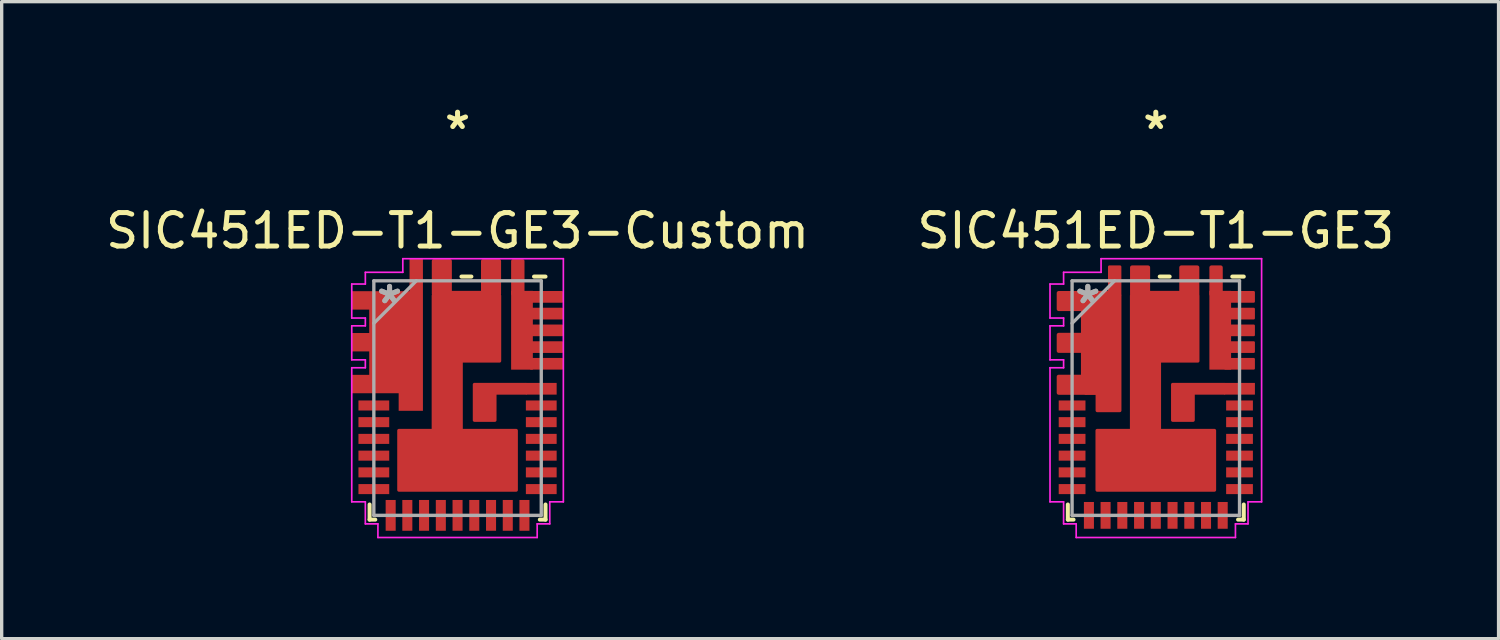
<source format=kicad_pcb>
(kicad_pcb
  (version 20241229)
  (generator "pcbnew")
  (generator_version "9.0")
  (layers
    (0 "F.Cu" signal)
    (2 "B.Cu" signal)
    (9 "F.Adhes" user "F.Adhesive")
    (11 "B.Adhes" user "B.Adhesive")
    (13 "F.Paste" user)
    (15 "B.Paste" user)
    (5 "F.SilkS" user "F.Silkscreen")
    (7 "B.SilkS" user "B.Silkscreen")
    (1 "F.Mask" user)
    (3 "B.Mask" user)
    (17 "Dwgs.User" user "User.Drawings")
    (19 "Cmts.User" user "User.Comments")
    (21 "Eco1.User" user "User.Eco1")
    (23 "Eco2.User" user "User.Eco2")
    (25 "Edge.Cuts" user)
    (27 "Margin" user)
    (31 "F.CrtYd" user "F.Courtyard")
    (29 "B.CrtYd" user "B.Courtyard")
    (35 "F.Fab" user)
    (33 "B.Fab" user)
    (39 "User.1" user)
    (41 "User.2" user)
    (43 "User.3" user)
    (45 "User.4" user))
  (footprint "SIC451ED-T1-GE3-Custom"
    (layer "F.Cu")
    (at 10.625 8.848)
    (property "Reference" "SIC451ED-T1-GE3-Custom" (at 0 -5 0) (layer "F.SilkS") (effects (font (size 1 1) (thickness 0.15))))
    (attr through_hole)
    (fp_rect (start 1.601 -3.205) (end 2.25 -0.85) (stroke (width 0) (type solid)) (fill yes) (layer "F.Cu"))
    (fp_poly (pts (xy 0.505 -0.406) (xy 0.505 0.66) (xy 1.115 0.66) (xy 1.115 -0.152) (xy 2.038 -0.152) (xy 2.038 -0.406)) (stroke (width 0.1) (type solid)) (fill yes) (layer "F.Cu"))
    (fp_poly (pts (xy -0.724 -3.062) (xy -0.724 0.97) (xy -1.753 0.97) (xy -1.753 2.748) (xy 1.753 2.748) (xy 1.753 0.97) (xy 0.107 0.97) (xy 0.107 -1.11) (xy 1.255 -1.11) (xy 1.255 -3.062) (xy 0.707 -3.062) (xy 0.707 -3.155) (xy -0.176 -3.155) (xy -0.176 -3.062)) (stroke (width 0.1) (type solid)) (fill yes) (layer "F.Cu"))
    (fp_poly (pts (xy 0.505 -0.406) (xy 0.505 0.66) (xy 1.115 0.66) (xy 1.115 -0.152) (xy 2.908 -0.152) (xy 2.908 -0.406)) (stroke (width 0.1) (type solid)) (fill yes) (layer "F.Mask"))
    (fp_poly (pts (xy -0.724 -3.912) (xy -0.724 0.97) (xy -1.753 0.97) (xy -1.753 2.748) (xy 1.753 2.748) (xy 1.753 0.97) (xy 0.107 0.97) (xy 0.107 -1.11) (xy 1.255 -1.11) (xy 1.255 -3.912) (xy 0.747 -3.912) (xy 0.747 -3.155) (xy -0.216 -3.155) (xy -0.216 -3.912)) (stroke (width 0.1) (type solid)) (fill yes) (layer "F.Mask"))
    (fp_poly (pts (xy -2.908 -3.155) (xy -2.908 -2.647) (xy -2.187 -2.647) (xy -2.187 -1.905) (xy -2.908 -1.905) (xy -2.908 -1.397) (xy -2.187 -1.397) (xy -2.187 -0.653) (xy -2.908 -0.653) (xy -2.908 -0.145) (xy -1.75 -0.145) (xy -1.75 0.371) (xy -1.077 0.371) (xy -1.077 -3.912) (xy -1.382 -3.912) (xy -1.382 -3.155)) (stroke (width 0.1) (type solid)) (fill yes) (layer "F.Mask"))
    (fp_poly (pts (xy 1.648 -0.899) (xy 2.908 -0.899) (xy 2.908 -1.153) (xy 2.202 -1.153) (xy 2.202 -1.397) (xy 2.908 -1.397) (xy 2.908 -1.651) (xy 2.202 -1.651) (xy 2.202 -1.897) (xy 2.908 -1.897) (xy 2.908 -2.151) (xy 2.202 -2.151) (xy 2.202 -2.398) (xy 2.908 -2.398) (xy 2.908 -2.652) (xy 2.202 -2.652) (xy 2.202 -2.898) (xy 2.908 -2.898) (xy 2.908 -3.152) (xy 1.953 -3.152) (xy 1.953 -3.912) (xy 1.648 -3.912)) (stroke (width 0.1) (type solid)) (fill yes) (layer "F.Mask"))
    (fp_line (start -2.629 3.632) (end -2.629 3.18) (stroke (width 0.12) (type solid)) (layer "F.SilkS"))
    (fp_line (start -2.459 3.632) (end -2.629 3.632) (stroke (width 0.12) (type solid)) (layer "F.SilkS"))
    (fp_line (start 0.117 -3.632) (end 0.414 -3.632) (stroke (width 0.12) (type solid)) (layer "F.SilkS"))
    (fp_line (start 2.286 -3.632) (end 2.629 -3.632) (stroke (width 0.12) (type solid)) (layer "F.SilkS"))
    (fp_line (start 2.629 3.18) (end 2.629 3.632) (stroke (width 0.12) (type solid)) (layer "F.SilkS"))
    (fp_line (start 2.629 3.632) (end 2.459 3.632) (stroke (width 0.12) (type solid)) (layer "F.SilkS"))
    (fp_rect (start -3.1 -3.15) (end -2.2 -2.7) (stroke (width 0.1) (type solid)) (fill yes) (layer "F.Paste"))
    (fp_rect (start -3.1 -1.9) (end -2.2 -1.45) (stroke (width 0.1) (type solid)) (fill yes) (layer "F.Paste"))
    (fp_rect (start -3.1 -0.65) (end -2.2 -0.2) (stroke (width 0.1) (type solid)) (fill yes) (layer "F.Paste"))
    (fp_rect (start -1.7 -2.55) (end -1.1 0.35) (stroke (width 0.1) (type solid)) (fill yes) (layer "F.Paste"))
    (fp_rect (start -1.55 1.2) (end 1.55 2.65) (stroke (width 0.1) (type solid)) (fill yes) (layer "F.Paste"))
    (fp_rect (start -1.35 -4.1) (end -1.1 -3.1) (stroke (width 0.1) (type solid)) (fill yes) (layer "F.Paste"))
    (fp_rect (start -0.6 -2.55) (end 1.15 -1.25) (stroke (width 0.1) (type solid)) (fill yes) (layer "F.Paste"))
    (fp_rect (start 0.55 -0.35) (end 1.05 0.6) (stroke (width 0.1) (type solid)) (fill yes) (layer "F.Paste"))
    (fp_line (start -3.162 -3.409) (end -3.162 -2.393) (stroke (width 0.05) (type solid)) (layer "F.CrtYd"))
    (fp_line (start -3.162 -2.393) (end -2.756 -2.393) (stroke (width 0.05) (type solid)) (layer "F.CrtYd"))
    (fp_line (start -3.162 -2.159) (end -3.162 -1.143) (stroke (width 0.05) (type solid)) (layer "F.CrtYd"))
    (fp_line (start -3.162 -1.143) (end -2.756 -1.143) (stroke (width 0.05) (type solid)) (layer "F.CrtYd"))
    (fp_line (start -3.162 -0.907) (end -3.162 3.101) (stroke (width 0.05) (type solid)) (layer "F.CrtYd"))
    (fp_line (start -3.162 3.101) (end -2.756 3.101) (stroke (width 0.05) (type solid)) (layer "F.CrtYd"))
    (fp_line (start -2.756 -3.759) (end -2.756 -3.409) (stroke (width 0.05) (type solid)) (layer "F.CrtYd"))
    (fp_line (start -2.756 -3.409) (end -3.162 -3.409) (stroke (width 0.05) (type solid)) (layer "F.CrtYd"))
    (fp_line (start -2.756 -2.393) (end -2.756 -2.159) (stroke (width 0.05) (type solid)) (layer "F.CrtYd"))
    (fp_line (start -2.756 -2.159) (end -3.162 -2.159) (stroke (width 0.05) (type solid)) (layer "F.CrtYd"))
    (fp_line (start -2.756 -1.143) (end -2.756 -0.907) (stroke (width 0.05) (type solid)) (layer "F.CrtYd"))
    (fp_line (start -2.756 -0.907) (end -3.162 -0.907) (stroke (width 0.05) (type solid)) (layer "F.CrtYd"))
    (fp_line (start -2.756 3.101) (end -2.756 3.759) (stroke (width 0.05) (type solid)) (layer "F.CrtYd"))
    (fp_line (start -2.756 3.759) (end -2.38 3.759) (stroke (width 0.05) (type solid)) (layer "F.CrtYd"))
    (fp_line (start -2.38 3.759) (end -2.38 4.166) (stroke (width 0.05) (type solid)) (layer "F.CrtYd"))
    (fp_line (start -2.38 4.166) (end 2.38 4.166) (stroke (width 0.05) (type solid)) (layer "F.CrtYd"))
    (fp_line (start -1.636 -4.166) (end -1.636 -3.759) (stroke (width 0.05) (type solid)) (layer "F.CrtYd"))
    (fp_line (start -1.636 -3.759) (end -2.756 -3.759) (stroke (width 0.05) (type solid)) (layer "F.CrtYd"))
    (fp_line (start 2.38 3.759) (end 2.756 3.759) (stroke (width 0.05) (type solid)) (layer "F.CrtYd"))
    (fp_line (start 2.38 4.166) (end 2.38 3.759) (stroke (width 0.05) (type solid)) (layer "F.CrtYd"))
    (fp_line (start 2.756 3.101) (end 3.162 3.101) (stroke (width 0.05) (type solid)) (layer "F.CrtYd"))
    (fp_line (start 2.756 3.759) (end 2.756 3.101) (stroke (width 0.05) (type solid)) (layer "F.CrtYd"))
    (fp_line (start 3.162 -4.166) (end -1.636 -4.166) (stroke (width 0.05) (type solid)) (layer "F.CrtYd"))
    (fp_line (start 3.162 3.101) (end 3.162 -4.166) (stroke (width 0.05) (type solid)) (layer "F.CrtYd"))
    (fp_line (start -2.502 -3.505) (end -2.502 3.505) (stroke (width 0.1) (type solid)) (layer "F.Fab"))
    (fp_line (start -2.502 -2.235) (end -1.232 -3.505) (stroke (width 0.1) (type solid)) (layer "F.Fab"))
    (fp_line (start -2.502 3.505) (end 2.502 3.505) (stroke (width 0.1) (type solid)) (layer "F.Fab"))
    (fp_line (start 2.502 -3.505) (end -2.502 -3.505) (stroke (width 0.1) (type solid)) (layer "F.Fab"))
    (fp_line (start 2.502 3.505) (end 2.502 -3.505) (stroke (width 0.1) (type solid)) (layer "F.Fab"))
    (fp_text user "*" (at 0 -8 0) (layer "F.SilkS") (effects (font (size 1 1) (thickness 0.15))))
    (fp_text user "*" (at -2.032 -2.794 0) (layer "F.Fab") (effects (font (size 1 1) (thickness 0.15))))
    (fp_text user "*" (at -2.032 -2.794 0) (layer "F.Fab") (effects (font (size 1 1) (thickness 0.15))))
    (pad "1" smd custom (at -3.16 -2.92) (size 0.001 0.001) (layers "F.Cu" "F.Mask") (options (anchor rect)) (primitives (gr_poly (pts (xy 0 0) (xy 0 -0.275) (xy 1.725 -0.275) (xy 1.725 -1.235) (xy 2.125 -1.235) (xy 2.125 3.3) (xy 1.4 3.3) (xy 1.4 2.775) (xy 0 2.775) (xy 0 2.225) (xy 0.52 2.225) (xy 0.52 1.525) (xy 0 1.525) (xy 0 0.975) (xy 0.52 0.975) (xy 0.52 0.275) (xy 0 0.275)) (width 0) (fill yes))))
    (pad "4" smd rect (at -2.502 0.221) (size 0.92 0.3) (layers "F.Cu" "F.Mask" "F.Paste"))
    (pad "5" smd rect (at -2.502 0.719) (size 0.92 0.3) (layers "F.Cu" "F.Mask" "F.Paste"))
    (pad "6" smd rect (at -2.502 1.219) (size 0.92 0.3) (layers "F.Cu" "F.Mask" "F.Paste"))
    (pad "7" smd rect (at -2.502 1.72) (size 0.92 0.3) (layers "F.Cu" "F.Mask" "F.Paste"))
    (pad "8" smd rect (at -2.502 2.22) (size 0.92 0.3) (layers "F.Cu" "F.Mask" "F.Paste"))
    (pad "9" smd rect (at -2.502 2.72) (size 0.92 0.3) (layers "F.Cu" "F.Mask" "F.Paste"))
    (pad "10" smd rect (at -1.999 3.505 90) (size 0.92 0.3) (layers "F.Cu" "F.Mask" "F.Paste"))
    (pad "11" smd rect (at -1.501 3.505 90) (size 0.92 0.3) (layers "F.Cu" "F.Mask" "F.Paste"))
    (pad "12" smd rect (at -1.001 3.505 90) (size 0.92 0.3) (layers "F.Cu" "F.Mask" "F.Paste"))
    (pad "13" smd rect (at -0.5 3.505 90) (size 0.92 0.3) (layers "F.Cu" "F.Mask" "F.Paste"))
    (pad "14" smd rect (at 0 3.505 90) (size 0.92 0.3) (layers "F.Cu" "F.Mask" "F.Paste"))
    (pad "15" smd rect (at 0.5 3.505 90) (size 0.92 0.3) (layers "F.Cu" "F.Mask" "F.Paste"))
    (pad "16" smd rect (at 1.001 3.505 90) (size 0.92 0.3) (layers "F.Cu" "F.Mask" "F.Paste"))
    (pad "17" smd rect (at 1.501 3.505 90) (size 0.92 0.3) (layers "F.Cu" "F.Mask" "F.Paste"))
    (pad "18" smd rect (at 1.999 3.505 90) (size 0.92 0.3) (layers "F.Cu" "F.Mask" "F.Paste"))
    (pad "19" smd rect (at 2.502 2.72) (size 0.92 0.3) (layers "F.Cu" "F.Mask" "F.Paste"))
    (pad "20" smd rect (at 2.502 2.22) (size 0.92 0.3) (layers "F.Cu" "F.Mask" "F.Paste"))
    (pad "21" smd rect (at 2.502 1.72) (size 0.92 0.3) (layers "F.Cu" "F.Mask" "F.Paste"))
    (pad "22" smd rect (at 2.502 1.219) (size 0.92 0.3) (layers "F.Cu" "F.Mask" "F.Paste"))
    (pad "23" smd rect (at 2.502 0.719) (size 0.92 0.3) (layers "F.Cu" "F.Mask" "F.Paste"))
    (pad "24" smd rect (at 2.502 0.221) (size 0.92 0.3) (layers "F.Cu" "F.Mask" "F.Paste"))
    (pad "25" smd rect (at 2.502 -0.279) (size 0.92 0.35) (layers "F.Cu" "F.Mask" "F.Paste"))
    (pad "26" smd roundrect (at 2.66 -1.026) (size 1 0.35) (layers "F.Cu" "F.Mask" "F.Paste") (roundrect_rratio 0.1))
    (pad "27" smd roundrect (at 2.66 -1.524) (size 1 0.35) (layers "F.Cu" "F.Mask" "F.Paste") (roundrect_rratio 0.1))
    (pad "28" smd roundrect (at 2.66 -2.024) (size 1 0.35) (layers "F.Cu" "F.Mask" "F.Paste") (roundrect_rratio 0.1))
    (pad "29" smd roundrect (at 2.66 -2.525) (size 1 0.35) (layers "F.Cu" "F.Mask" "F.Paste") (roundrect_rratio 0.1))
    (pad "30" smd roundrect (at 2.66 -3.025) (size 1 0.35) (layers "F.Cu" "F.Mask" "F.Paste") (roundrect_rratio 0.1))
    (pad "31" smd roundrect (at 1.801 -3.604 90) (size 1.1 0.4) (layers "F.Cu" "F.Mask" "F.Paste") (roundrect_rratio 0.15))
    (pad "32" smd roundrect (at 1.001 -3.604 90) (size 1.1 0.6) (layers "F.Cu" "F.Mask" "F.Paste") (roundrect_rratio 0.1))
    (pad "33" smd roundrect (at -0.47 -3.604 90) (size 1.1 0.6) (layers "F.Cu" "F.Mask" "F.Paste") (roundrect_rratio 0.1)))
  (footprint "SIC451ED-T1-GE3"
    (layer "F.Cu")
    (at 31.494 8.848)
    (property "Reference" "SIC451ED-T1-GE3" (at 0 -5 0) (layer "F.SilkS") (effects (font (size 1 1) (thickness 0.15))))
    (attr through_hole)
    (fp_rect (start 1.601 -3.205) (end 2.25 -0.85) (stroke (width 0) (type solid)) (fill yes) (layer "F.Cu"))
    (fp_poly (pts (xy 0.505 -0.406) (xy 0.505 0.66) (xy 1.115 0.66) (xy 1.115 -0.152) (xy 2.038 -0.152) (xy 2.038 -0.406)) (stroke (width 0.1) (type solid)) (fill yes) (layer "F.Cu"))
    (fp_poly (pts (xy -0.724 -3.062) (xy -0.724 0.97) (xy -1.753 0.97) (xy -1.753 2.748) (xy 1.753 2.748) (xy 1.753 0.97) (xy 0.107 0.97) (xy 0.107 -1.11) (xy 1.255 -1.11) (xy 1.255 -3.062) (xy 0.707 -3.062) (xy 0.707 -3.155) (xy -0.176 -3.155) (xy -0.176 -3.062)) (stroke (width 0.1) (type solid)) (fill yes) (layer "F.Cu"))
    (fp_poly (pts (xy -2.078 -3.155) (xy -2.078 -2.607) (xy -2.187 -2.607) (xy -2.187 -1.945) (xy -2.078 -1.945) (xy -2.078 -1.357) (xy -2.187 -1.357) (xy -2.187 -0.693) (xy -2.088 -0.693) (xy -2.088 -0.145) (xy -1.75 -0.145) (xy -1.75 0.371) (xy -1.077 0.371) (xy -1.077 -3.062) (xy -1.382 -3.062) (xy -1.382 -3.155)) (stroke (width 0.1) (type solid)) (fill yes) (layer "F.Cu"))
    (fp_poly (pts (xy 0.505 -0.406) (xy 0.505 0.66) (xy 1.115 0.66) (xy 1.115 -0.152) (xy 2.908 -0.152) (xy 2.908 -0.406)) (stroke (width 0.1) (type solid)) (fill yes) (layer "F.Mask"))
    (fp_poly (pts (xy -0.724 -3.912) (xy -0.724 0.97) (xy -1.753 0.97) (xy -1.753 2.748) (xy 1.753 2.748) (xy 1.753 0.97) (xy 0.107 0.97) (xy 0.107 -1.11) (xy 1.255 -1.11) (xy 1.255 -3.912) (xy 0.747 -3.912) (xy 0.747 -3.155) (xy -0.216 -3.155) (xy -0.216 -3.912)) (stroke (width 0.1) (type solid)) (fill yes) (layer "F.Mask"))
    (fp_poly (pts (xy -2.908 -3.155) (xy -2.908 -2.647) (xy -2.187 -2.647) (xy -2.187 -1.905) (xy -2.908 -1.905) (xy -2.908 -1.397) (xy -2.187 -1.397) (xy -2.187 -0.653) (xy -2.908 -0.653) (xy -2.908 -0.145) (xy -1.75 -0.145) (xy -1.75 0.371) (xy -1.077 0.371) (xy -1.077 -3.912) (xy -1.382 -3.912) (xy -1.382 -3.155)) (stroke (width 0.1) (type solid)) (fill yes) (layer "F.Mask"))
    (fp_poly (pts (xy 1.648 -0.899) (xy 2.908 -0.899) (xy 2.908 -1.153) (xy 2.202 -1.153) (xy 2.202 -1.397) (xy 2.908 -1.397) (xy 2.908 -1.651) (xy 2.202 -1.651) (xy 2.202 -1.897) (xy 2.908 -1.897) (xy 2.908 -2.151) (xy 2.202 -2.151) (xy 2.202 -2.398) (xy 2.908 -2.398) (xy 2.908 -2.652) (xy 2.202 -2.652) (xy 2.202 -2.898) (xy 2.908 -2.898) (xy 2.908 -3.152) (xy 1.953 -3.152) (xy 1.953 -3.912) (xy 1.648 -3.912)) (stroke (width 0.1) (type solid)) (fill yes) (layer "F.Mask"))
    (fp_line (start -2.629 3.632) (end -2.629 3.18) (stroke (width 0.12) (type solid)) (layer "F.SilkS"))
    (fp_line (start -2.459 3.632) (end -2.629 3.632) (stroke (width 0.12) (type solid)) (layer "F.SilkS"))
    (fp_line (start 0.117 -3.632) (end 0.414 -3.632) (stroke (width 0.12) (type solid)) (layer "F.SilkS"))
    (fp_line (start 2.286 -3.632) (end 2.629 -3.632) (stroke (width 0.12) (type solid)) (layer "F.SilkS"))
    (fp_line (start 2.629 3.18) (end 2.629 3.632) (stroke (width 0.12) (type solid)) (layer "F.SilkS"))
    (fp_line (start 2.629 3.632) (end 2.459 3.632) (stroke (width 0.12) (type solid)) (layer "F.SilkS"))
    (fp_rect (start -1.7 -2.85) (end -1.15 0.3) (stroke (width 0.1) (type solid)) (fill yes) (layer "F.Paste"))
    (fp_rect (start -1.45 1.25) (end 1.45 2.55) (stroke (width 0.1) (type solid)) (fill yes) (layer "F.Paste"))
    (fp_rect (start -0.5 -2.8) (end 1 -1.4) (stroke (width 0.1) (type solid)) (fill yes) (layer "F.Paste"))
    (fp_rect (start 0.6 -0.3) (end 1 0.55) (stroke (width 0.1) (type solid)) (fill yes) (layer "F.Paste"))
    (fp_line (start -3.162 -3.409) (end -3.162 -2.393) (stroke (width 0.05) (type solid)) (layer "F.CrtYd"))
    (fp_line (start -3.162 -2.393) (end -2.756 -2.393) (stroke (width 0.05) (type solid)) (layer "F.CrtYd"))
    (fp_line (start -3.162 -2.159) (end -3.162 -1.143) (stroke (width 0.05) (type solid)) (layer "F.CrtYd"))
    (fp_line (start -3.162 -1.143) (end -2.756 -1.143) (stroke (width 0.05) (type solid)) (layer "F.CrtYd"))
    (fp_line (start -3.162 -0.907) (end -3.162 3.101) (stroke (width 0.05) (type solid)) (layer "F.CrtYd"))
    (fp_line (start -3.162 3.101) (end -2.756 3.101) (stroke (width 0.05) (type solid)) (layer "F.CrtYd"))
    (fp_line (start -2.756 -3.759) (end -2.756 -3.409) (stroke (width 0.05) (type solid)) (layer "F.CrtYd"))
    (fp_line (start -2.756 -3.409) (end -3.162 -3.409) (stroke (width 0.05) (type solid)) (layer "F.CrtYd"))
    (fp_line (start -2.756 -2.393) (end -2.756 -2.159) (stroke (width 0.05) (type solid)) (layer "F.CrtYd"))
    (fp_line (start -2.756 -2.159) (end -3.162 -2.159) (stroke (width 0.05) (type solid)) (layer "F.CrtYd"))
    (fp_line (start -2.756 -1.143) (end -2.756 -0.907) (stroke (width 0.05) (type solid)) (layer "F.CrtYd"))
    (fp_line (start -2.756 -0.907) (end -3.162 -0.907) (stroke (width 0.05) (type solid)) (layer "F.CrtYd"))
    (fp_line (start -2.756 3.101) (end -2.756 3.759) (stroke (width 0.05) (type solid)) (layer "F.CrtYd"))
    (fp_line (start -2.756 3.759) (end -2.38 3.759) (stroke (width 0.05) (type solid)) (layer "F.CrtYd"))
    (fp_line (start -2.38 3.759) (end -2.38 4.166) (stroke (width 0.05) (type solid)) (layer "F.CrtYd"))
    (fp_line (start -2.38 4.166) (end 2.38 4.166) (stroke (width 0.05) (type solid)) (layer "F.CrtYd"))
    (fp_line (start -1.636 -4.166) (end -1.636 -3.759) (stroke (width 0.05) (type solid)) (layer "F.CrtYd"))
    (fp_line (start -1.636 -3.759) (end -2.756 -3.759) (stroke (width 0.05) (type solid)) (layer "F.CrtYd"))
    (fp_line (start 2.38 3.759) (end 2.756 3.759) (stroke (width 0.05) (type solid)) (layer "F.CrtYd"))
    (fp_line (start 2.38 4.166) (end 2.38 3.759) (stroke (width 0.05) (type solid)) (layer "F.CrtYd"))
    (fp_line (start 2.756 3.101) (end 3.162 3.101) (stroke (width 0.05) (type solid)) (layer "F.CrtYd"))
    (fp_line (start 2.756 3.759) (end 2.756 3.101) (stroke (width 0.05) (type solid)) (layer "F.CrtYd"))
    (fp_line (start 3.162 -4.166) (end -1.636 -4.166) (stroke (width 0.05) (type solid)) (layer "F.CrtYd"))
    (fp_line (start 3.162 3.101) (end 3.162 -4.166) (stroke (width 0.05) (type solid)) (layer "F.CrtYd"))
    (fp_line (start -2.502 -3.505) (end -2.502 3.505) (stroke (width 0.1) (type solid)) (layer "F.Fab"))
    (fp_line (start -2.502 -2.235) (end -1.232 -3.505) (stroke (width 0.1) (type solid)) (layer "F.Fab"))
    (fp_line (start -2.502 3.505) (end 2.502 3.505) (stroke (width 0.1) (type solid)) (layer "F.Fab"))
    (fp_line (start 2.502 -3.505) (end -2.502 -3.505) (stroke (width 0.1) (type solid)) (layer "F.Fab"))
    (fp_line (start 2.502 3.505) (end 2.502 -3.505) (stroke (width 0.1) (type solid)) (layer "F.Fab"))
    (fp_text user "*" (at 0 -8 0) (layer "F.SilkS") (effects (font (size 1 1) (thickness 0.15))))
    (fp_text user "*" (at -2.032 -2.794 0) (layer "F.Fab") (effects (font (size 1 1) (thickness 0.15))))
    (fp_text user "*" (at -2.032 -2.794 0) (layer "F.Fab") (effects (font (size 1 1) (thickness 0.15))))
    (pad "1" smd roundrect (at -2.502 -2.901) (size 0.92 0.6) (layers "F.Cu" "F.Mask" "F.Paste") (roundrect_rratio 0.1))
    (pad "2" smd roundrect (at -2.502 -1.651) (size 0.92 0.6) (layers "F.Cu" "F.Mask" "F.Paste") (roundrect_rratio 0.1))
    (pad "3" smd roundrect (at -2.502 -0.399) (size 0.92 0.6) (layers "F.Cu" "F.Mask" "F.Paste") (roundrect_rratio 0.1))
    (pad "4" smd rect (at -2.502 0.221) (size 0.8 0.3) (layers "F.Cu" "F.Mask" "F.Paste"))
    (pad "5" smd rect (at -2.502 0.719) (size 0.8 0.3) (layers "F.Cu" "F.Mask" "F.Paste"))
    (pad "6" smd rect (at -2.502 1.219) (size 0.8 0.3) (layers "F.Cu" "F.Mask" "F.Paste"))
    (pad "7" smd rect (at -2.502 1.72) (size 0.8 0.3) (layers "F.Cu" "F.Mask" "F.Paste"))
    (pad "8" smd rect (at -2.502 2.22) (size 0.8 0.3) (layers "F.Cu" "F.Mask" "F.Paste"))
    (pad "9" smd rect (at -2.502 2.72) (size 0.8 0.3) (layers "F.Cu" "F.Mask" "F.Paste"))
    (pad "10" smd rect (at -1.999 3.505 90) (size 0.8 0.3) (layers "F.Cu" "F.Mask" "F.Paste"))
    (pad "11" smd rect (at -1.501 3.505 90) (size 0.8 0.3) (layers "F.Cu" "F.Mask" "F.Paste"))
    (pad "12" smd rect (at -1.001 3.505 90) (size 0.8 0.3) (layers "F.Cu" "F.Mask" "F.Paste"))
    (pad "13" smd rect (at -0.5 3.505 90) (size 0.8 0.3) (layers "F.Cu" "F.Mask" "F.Paste"))
    (pad "14" smd rect (at 0 3.505 90) (size 0.8 0.3) (layers "F.Cu" "F.Mask" "F.Paste"))
    (pad "15" smd rect (at 0.5 3.505 90) (size 0.8 0.3) (layers "F.Cu" "F.Mask" "F.Paste"))
    (pad "16" smd rect (at 1.001 3.505 90) (size 0.8 0.3) (layers "F.Cu" "F.Mask" "F.Paste"))
    (pad "17" smd rect (at 1.501 3.505 90) (size 0.8 0.3) (layers "F.Cu" "F.Mask" "F.Paste"))
    (pad "18" smd rect (at 1.999 3.505 90) (size 0.8 0.3) (layers "F.Cu" "F.Mask" "F.Paste"))
    (pad "19" smd rect (at 2.502 2.72) (size 0.8 0.3) (layers "F.Cu" "F.Mask" "F.Paste"))
    (pad "20" smd rect (at 2.502 2.22) (size 0.8 0.3) (layers "F.Cu" "F.Mask" "F.Paste"))
    (pad "21" smd rect (at 2.502 1.72) (size 0.8 0.3) (layers "F.Cu" "F.Mask" "F.Paste"))
    (pad "22" smd rect (at 2.502 1.219) (size 0.8 0.3) (layers "F.Cu" "F.Mask" "F.Paste"))
    (pad "23" smd rect (at 2.502 0.719) (size 0.8 0.3) (layers "F.Cu" "F.Mask" "F.Paste"))
    (pad "24" smd rect (at 2.502 0.221) (size 0.8 0.3) (layers "F.Cu" "F.Mask" "F.Paste"))
    (pad "25" smd rect (at 2.502 -0.279) (size 0.92 0.35) (layers "F.Cu" "F.Mask" "F.Paste"))
    (pad "26" smd roundrect (at 2.502 -1.026) (size 0.92 0.35) (layers "F.Cu" "F.Mask" "F.Paste") (roundrect_rratio 0.1))
    (pad "27" smd roundrect (at 2.502 -1.524) (size 0.92 0.35) (layers "F.Cu" "F.Mask" "F.Paste") (roundrect_rratio 0.1))
    (pad "28" smd roundrect (at 2.502 -2.024) (size 0.92 0.35) (layers "F.Cu" "F.Mask" "F.Paste") (roundrect_rratio 0.1))
    (pad "29" smd roundrect (at 2.502 -2.525) (size 0.92 0.35) (layers "F.Cu" "F.Mask" "F.Paste") (roundrect_rratio 0.1))
    (pad "30" smd roundrect (at 2.502 -3.025) (size 0.92 0.35) (layers "F.Cu" "F.Mask" "F.Paste") (roundrect_rratio 0.1))
    (pad "31" smd roundrect (at 1.801 -3.505 90) (size 0.92 0.4) (layers "F.Cu" "F.Mask" "F.Paste") (roundrect_rratio 0.15))
    (pad "32" smd roundrect (at 1.001 -3.505 90) (size 0.92 0.6) (layers "F.Cu" "F.Mask" "F.Paste") (roundrect_rratio 0.1))
    (pad "33" smd roundrect (at -0.47 -3.505 90) (size 0.92 0.6) (layers "F.Cu" "F.Mask" "F.Paste") (roundrect_rratio 0.1))
    (pad "34" smd roundrect (at -1.229 -3.505 90) (size 0.92 0.4) (layers "F.Cu" "F.Mask" "F.Paste") (roundrect_rratio 0.1)))
  (gr_rect
    (start -3 -3)
    (end 41.738 16.039)
    (stroke (width 0.1) (type default))
    (fill no)
    (layer "Edge.Cuts")))
</source>
